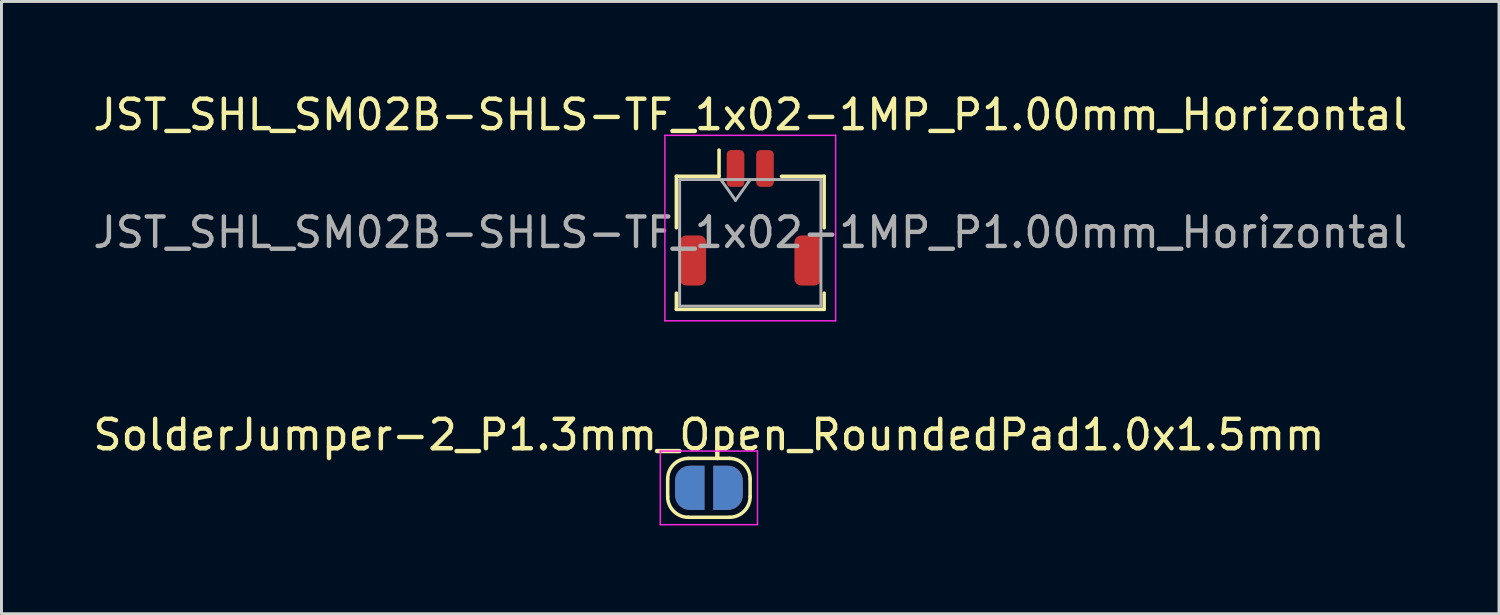
<source format=kicad_pcb>
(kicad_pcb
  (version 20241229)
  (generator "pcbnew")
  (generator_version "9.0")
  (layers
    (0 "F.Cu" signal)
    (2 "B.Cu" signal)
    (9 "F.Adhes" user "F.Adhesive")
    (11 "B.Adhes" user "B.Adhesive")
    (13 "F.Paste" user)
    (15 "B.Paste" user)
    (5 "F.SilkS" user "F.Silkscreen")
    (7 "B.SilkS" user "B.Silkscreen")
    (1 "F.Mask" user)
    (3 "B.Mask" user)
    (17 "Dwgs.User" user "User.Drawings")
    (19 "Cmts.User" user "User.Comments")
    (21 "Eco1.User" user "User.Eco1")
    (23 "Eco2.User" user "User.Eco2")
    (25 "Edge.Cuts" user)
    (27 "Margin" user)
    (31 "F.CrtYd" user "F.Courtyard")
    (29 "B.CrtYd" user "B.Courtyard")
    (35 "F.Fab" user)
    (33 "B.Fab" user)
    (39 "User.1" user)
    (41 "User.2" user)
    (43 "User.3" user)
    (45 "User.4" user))
  (footprint "SolderJumper-2_P1.3mm_Open_RoundedPad1.0x1.5mm"
    (layer "F.Cu")
    (at 21.03 13.521)
    (property "Reference" "SolderJumper-2_P1.3mm_Open_RoundedPad1.0x1.5mm" (at 0 -1.8 180) (layer "F.SilkS") (effects (font (size 1 1) (thickness 0.15))))
    (attr exclude_from_pos_files)
    (fp_line (start -1.4 0.3) (end -1.4 -0.3) (stroke (width 0.12) (type solid)) (layer "F.SilkS"))
    (fp_line (start -0.7 -1) (end 0.7 -1) (stroke (width 0.12) (type solid)) (layer "F.SilkS"))
    (fp_line (start 0.7 1) (end -0.7 1) (stroke (width 0.12) (type solid)) (layer "F.SilkS"))
    (fp_line (start 1.4 -0.3) (end 1.4 0.3) (stroke (width 0.12) (type solid)) (layer "F.SilkS"))
    (fp_arc (start -1.4 -0.3) (mid -1.194975 -0.794975) (end -0.7 -1) (stroke (width 0.12) (type solid)) (layer "F.SilkS"))
    (fp_arc (start -0.7 1) (mid -1.194975 0.794975) (end -1.4 0.3) (stroke (width 0.12) (type solid)) (layer "F.SilkS"))
    (fp_arc (start 0.7 -1) (mid 1.194975 -0.794975) (end 1.4 -0.3) (stroke (width 0.12) (type solid)) (layer "F.SilkS"))
    (fp_arc (start 1.4 0.3) (mid 1.194975 0.794975) (end 0.7 1) (stroke (width 0.12) (type solid)) (layer "F.SilkS"))
    (fp_line (start -1.65 -1.25) (end -1.65 1.25) (stroke (width 0.05) (type solid)) (layer "F.CrtYd"))
    (fp_line (start -1.65 -1.25) (end 1.65 -1.25) (stroke (width 0.05) (type solid)) (layer "F.CrtYd"))
    (fp_line (start 1.65 1.25) (end -1.65 1.25) (stroke (width 0.05) (type solid)) (layer "F.CrtYd"))
    (fp_line (start 1.65 1.25) (end 1.65 -1.25) (stroke (width 0.05) (type solid)) (layer "F.CrtYd"))
    (pad "1" smd custom (at -0.65 0) (size 1 0.5) (layers "F.Cu" "F.Mask") (options (anchor rect)) (primitives (gr_circle (center 0 0.25) (end 0.5 0.25) (width 0) (fill yes)) (gr_circle (center 0 -0.25) (end 0.5 -0.25) (width 0) (fill yes)) (gr_poly (pts (xy 0.5 0.75) (xy 0 0.75) (xy 0 -0.75) (xy 0.5 -0.75)) (width 0) (fill yes))))
    (pad "1" smd custom (at -0.65 0 180) (size 1 0.5) (layers "B.Cu" "B.Mask") (options (anchor rect)) (primitives (gr_circle (center 0 0.25) (end 0.5 0.25) (width 0) (fill yes)) (gr_circle (center 0 -0.25) (end 0.5 -0.25) (width 0) (fill yes)) (gr_poly (pts (xy -0.5 0.75) (xy 0 0.75) (xy 0 -0.75) (xy -0.5 -0.75)) (width 0) (fill yes))))
    (pad "2" smd custom (at 0.65 0) (size 1 0.5) (layers "F.Cu" "F.Mask") (options (anchor rect)) (primitives (gr_circle (center 0 0.25) (end 0.5 0.25) (width 0) (fill yes)) (gr_circle (center 0 -0.25) (end 0.5 -0.25) (width 0) (fill yes)) (gr_poly (pts (xy 0 0.75) (xy -0.5 0.75) (xy -0.5 -0.75) (xy 0 -0.75)) (width 0) (fill yes))))
    (pad "2" smd custom (at 0.65 0 180) (size 1 0.5) (layers "B.Cu" "B.Mask") (options (anchor rect)) (primitives (gr_circle (center 0 0.25) (end 0.5 0.25) (width 0) (fill yes)) (gr_circle (center 0 -0.25) (end 0.5 -0.25) (width 0) (fill yes)) (gr_poly (pts (xy 0 0.75) (xy 0.5 0.75) (xy 0.5 -0.75) (xy 0 -0.75)) (width 0) (fill yes)))))
  (footprint "JST_SHL_SM02B-SHLS-TF_1x02-1MP_P1.00mm_Horizontal"
    (layer "F.Cu")
    (at 22.435 4.348)
    (property "Reference" "JST_SHL_SM02B-SHLS-TF_1x02-1MP_P1.00mm_Horizontal" (at 0 -3.5 0) (layer "F.SilkS") (effects (font (size 1 1) (thickness 0.15))))
    (attr smd)
    (fp_line (start -2.51 -1.41) (end -1.06 -1.41) (stroke (width 0.12) (type solid)) (layer "F.SilkS"))
    (fp_line (start -2.51 0.34) (end -2.51 -1.41) (stroke (width 0.12) (type solid)) (layer "F.SilkS"))
    (fp_line (start -2.51 2.56) (end -2.51 3.11) (stroke (width 0.12) (type solid)) (layer "F.SilkS"))
    (fp_line (start -2.51 3.11) (end 2.51 3.11) (stroke (width 0.12) (type solid)) (layer "F.SilkS"))
    (fp_line (start -1.06 -1.41) (end -1.06 -2.3) (stroke (width 0.12) (type solid)) (layer "F.SilkS"))
    (fp_line (start 2.51 -1.41) (end 1.06 -1.41) (stroke (width 0.12) (type solid)) (layer "F.SilkS"))
    (fp_line (start 2.51 0.34) (end 2.51 -1.41) (stroke (width 0.12) (type solid)) (layer "F.SilkS"))
    (fp_line (start 2.51 3.11) (end 2.51 2.56) (stroke (width 0.12) (type solid)) (layer "F.SilkS"))
    (fp_line (start -2.9 -2.8) (end -2.9 3.5) (stroke (width 0.05) (type solid)) (layer "F.CrtYd"))
    (fp_line (start -2.9 3.5) (end 2.9 3.5) (stroke (width 0.05) (type solid)) (layer "F.CrtYd"))
    (fp_line (start 2.9 -2.8) (end -2.9 -2.8) (stroke (width 0.05) (type solid)) (layer "F.CrtYd"))
    (fp_line (start 2.9 3.5) (end 2.9 -2.8) (stroke (width 0.05) (type solid)) (layer "F.CrtYd"))
    (fp_line (start -2.4 -1.3) (end -2.4 3) (stroke (width 0.1) (type solid)) (layer "F.Fab"))
    (fp_line (start -2.4 -1.3) (end 2.4 -1.3) (stroke (width 0.1) (type solid)) (layer "F.Fab"))
    (fp_line (start -2.4 3) (end 2.4 3) (stroke (width 0.1) (type solid)) (layer "F.Fab"))
    (fp_line (start -1 -1.3) (end -0.5 -0.593) (stroke (width 0.1) (type solid)) (layer "F.Fab"))
    (fp_line (start -0.5 -0.593) (end 0 -1.3) (stroke (width 0.1) (type solid)) (layer "F.Fab"))
    (fp_line (start 2.4 -1.3) (end 2.4 3) (stroke (width 0.1) (type solid)) (layer "F.Fab"))
    (fp_text user "${REFERENCE}" (at 0 0.5 0) (layer "F.Fab") (effects (font (size 1 1) (thickness 0.15))))
    (pad "1" smd roundrect (at -0.5 -1.675 180) (size 0.6 1.25) (layers "F.Cu" "F.Mask" "F.Paste") (roundrect_rratio 0.25))
    (pad "2" smd roundrect (at 0.5 -1.675 180) (size 0.6 1.25) (layers "F.Cu" "F.Mask" "F.Paste") (roundrect_rratio 0.25))
    (pad "MP" smd roundrect (at -1.95 1.45 180) (size 0.9 1.7) (layers "F.Cu" "F.Mask" "F.Paste") (roundrect_rratio 0.25))
    (pad "MP" smd roundrect (at 1.95 1.45 180) (size 0.9 1.7) (layers "F.Cu" "F.Mask" "F.Paste") (roundrect_rratio 0.25)))
  (gr_rect
    (start -3 -3)
    (end 47.869 17.797)
    (stroke (width 0.1) (type default))
    (fill no)
    (layer "Edge.Cuts")))
</source>
